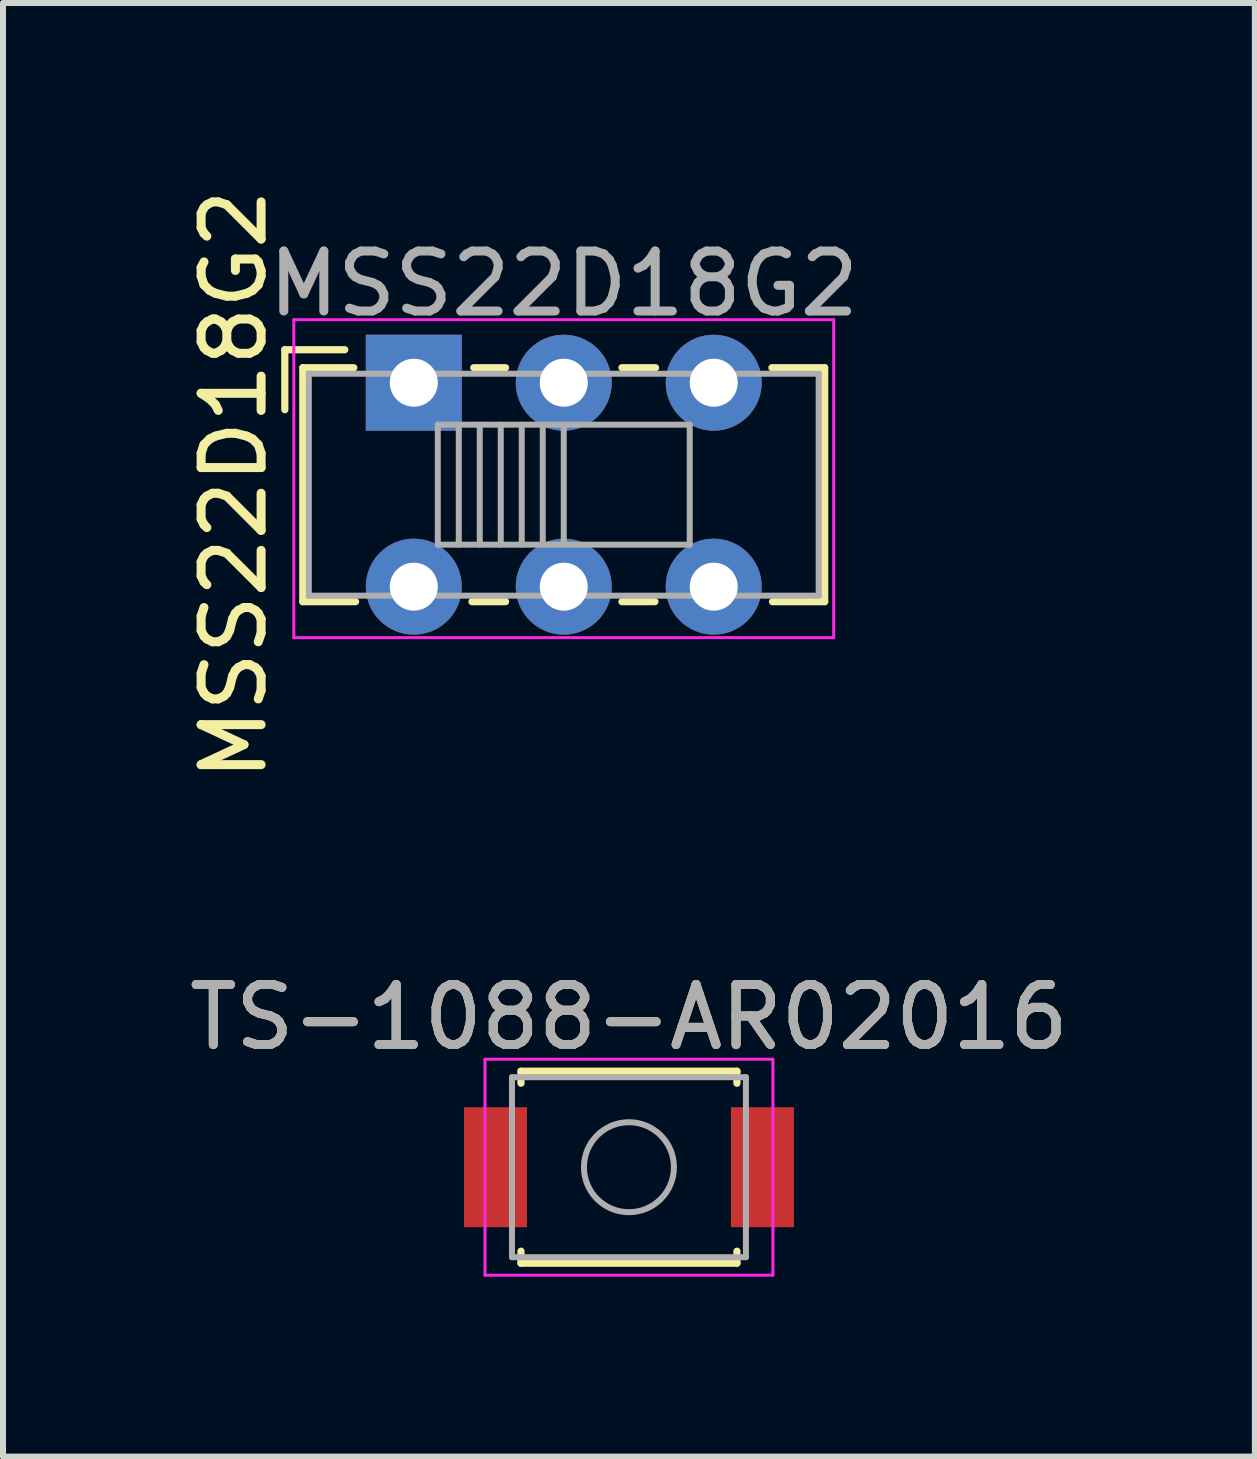
<source format=kicad_pcb>
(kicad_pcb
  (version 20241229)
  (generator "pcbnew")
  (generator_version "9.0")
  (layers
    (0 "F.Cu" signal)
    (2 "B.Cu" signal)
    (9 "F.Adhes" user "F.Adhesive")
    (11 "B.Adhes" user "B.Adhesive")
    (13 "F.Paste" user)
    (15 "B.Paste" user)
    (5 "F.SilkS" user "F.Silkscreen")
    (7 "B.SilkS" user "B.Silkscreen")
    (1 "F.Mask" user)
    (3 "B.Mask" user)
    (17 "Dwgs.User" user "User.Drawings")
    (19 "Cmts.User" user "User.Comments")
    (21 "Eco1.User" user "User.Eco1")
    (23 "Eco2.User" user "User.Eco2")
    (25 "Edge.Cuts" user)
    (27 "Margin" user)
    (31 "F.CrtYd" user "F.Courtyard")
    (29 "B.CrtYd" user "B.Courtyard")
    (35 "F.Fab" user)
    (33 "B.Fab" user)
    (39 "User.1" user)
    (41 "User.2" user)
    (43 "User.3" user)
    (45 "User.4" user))
  (footprint "MSS22D18G2"
    (layer "F.Cu")
    (at 6.348 5.03)
    (property "Reference" "MSS22D18G2" (at -5.5 0 90) (layer "F.SilkS") (effects (font (size 1 1) (thickness 0.15))))
    (attr through_hole)
    (fp_line (start -4.65 -2.25) (end -3.65 -2.25) (stroke (width 0.12) (type solid)) (layer "F.SilkS"))
    (fp_line (start -4.65 -1.25) (end -4.65 -2.25) (stroke (width 0.12) (type solid)) (layer "F.SilkS"))
    (fp_line (start -4.35 -1.95) (end -3.5 -1.95) (stroke (width 0.12) (type solid)) (layer "F.SilkS"))
    (fp_line (start -4.35 1.95) (end -4.35 -1.95) (stroke (width 0.12) (type solid)) (layer "F.SilkS"))
    (fp_line (start -3.47 1.95) (end -4.35 1.95) (stroke (width 0.12) (type solid)) (layer "F.SilkS"))
    (fp_line (start -1.5 -1.95) (end -0.97 -1.95) (stroke (width 0.12) (type solid)) (layer "F.SilkS"))
    (fp_line (start -0.97 1.95) (end -1.53 1.95) (stroke (width 0.12) (type solid)) (layer "F.SilkS"))
    (fp_line (start 0.97 -1.95) (end 1.53 -1.95) (stroke (width 0.12) (type solid)) (layer "F.SilkS"))
    (fp_line (start 1.52 1.95) (end 0.97 1.95) (stroke (width 0.12) (type solid)) (layer "F.SilkS"))
    (fp_line (start 3.47 -1.95) (end 4.35 -1.95) (stroke (width 0.12) (type solid)) (layer "F.SilkS"))
    (fp_line (start 4.35 -1.95) (end 4.35 1.95) (stroke (width 0.12) (type solid)) (layer "F.SilkS"))
    (fp_line (start 4.35 1.95) (end 3.48 1.95) (stroke (width 0.12) (type solid)) (layer "F.SilkS"))
    (fp_line (start -4.5 -2.75) (end 4.5 -2.75) (stroke (width 0.05) (type solid)) (layer "F.CrtYd"))
    (fp_line (start -4.5 2.55) (end -4.5 -2.75) (stroke (width 0.05) (type solid)) (layer "F.CrtYd"))
    (fp_line (start 4.5 -2.75) (end 4.5 2.55) (stroke (width 0.05) (type solid)) (layer "F.CrtYd"))
    (fp_line (start 4.5 2.55) (end -4.5 2.55) (stroke (width 0.05) (type solid)) (layer "F.CrtYd"))
    (fp_line (start -4.25 -1.85) (end -4.25 1.85) (stroke (width 0.1) (type solid)) (layer "F.Fab"))
    (fp_line (start -4.25 -1.85) (end 4.25 -1.85) (stroke (width 0.1) (type solid)) (layer "F.Fab"))
    (fp_line (start -2.1 -1) (end -2.1 1) (stroke (width 0.1) (type solid)) (layer "F.Fab"))
    (fp_line (start -2.1 -1) (end 2.1 -1) (stroke (width 0.1) (type solid)) (layer "F.Fab"))
    (fp_line (start -1.75 -1) (end -1.75 1) (stroke (width 0.1) (type solid)) (layer "F.Fab"))
    (fp_line (start -1.4 -1) (end -1.4 1) (stroke (width 0.1) (type solid)) (layer "F.Fab"))
    (fp_line (start -1.05 -1) (end -1.05 1) (stroke (width 0.1) (type solid)) (layer "F.Fab"))
    (fp_line (start -0.7 -1) (end -0.7 1) (stroke (width 0.1) (type solid)) (layer "F.Fab"))
    (fp_line (start -0.35 -1) (end -0.35 1) (stroke (width 0.1) (type solid)) (layer "F.Fab"))
    (fp_line (start 0 -1) (end 0 1) (stroke (width 0.1) (type solid)) (layer "F.Fab"))
    (fp_line (start 2.1 -1) (end 2.1 1) (stroke (width 0.1) (type solid)) (layer "F.Fab"))
    (fp_line (start 2.1 1) (end -2.1 1) (stroke (width 0.1) (type solid)) (layer "F.Fab"))
    (fp_line (start 4.25 -1.85) (end 4.25 1.85) (stroke (width 0.1) (type solid)) (layer "F.Fab"))
    (fp_line (start 4.25 1.85) (end -4.25 1.85) (stroke (width 0.1) (type solid)) (layer "F.Fab"))
    (fp_text user "${REFERENCE}" (at 0 -3.35 0) (layer "F.Fab") (effects (font (size 1 1) (thickness 0.15))))
    (pad "1" thru_hole rect (at -2.5 -1.7) (size 1.6 1.6) (drill 0.8) (layers "*.Cu" "*.Mask"))
    (pad "2" thru_hole circle (at 0 -1.7) (size 1.6 1.6) (drill 0.8) (layers "*.Cu" "*.Mask"))
    (pad "3" thru_hole circle (at 2.5 -1.7) (size 1.6 1.6) (drill 0.8) (layers "*.Cu" "*.Mask"))
    (pad "4" thru_hole circle (at -2.5 1.7) (size 1.6 1.6) (drill 0.8) (layers "*.Cu" "*.Mask"))
    (pad "5" thru_hole circle (at 0 1.7) (size 1.6 1.6) (drill 0.8) (layers "*.Cu" "*.Mask"))
    (pad "6" thru_hole circle (at 2.5 1.7) (size 1.6 1.6) (drill 0.8) (layers "*.Cu" "*.Mask")))
  (footprint "TS-1088-AR02016"
    (layer "F.Cu")
    (at 7.435 16.408)
    (property "Reference" "TS-1088-AR02016" (at 0 -2.5 0) (layer "F.SilkS") (effects (font (size 1 1) (thickness 0.15))))
    (attr smd)
    (fp_line (start -1.8 -1.6) (end 1.8 -1.6) (stroke (width 0.12) (type solid)) (layer "F.SilkS"))
    (fp_line (start -1.8 -1.4) (end -1.8 -1.6) (stroke (width 0.12) (type solid)) (layer "F.SilkS"))
    (fp_line (start -1.8 1.4) (end -1.8 1.6) (stroke (width 0.12) (type solid)) (layer "F.SilkS"))
    (fp_line (start -1.8 1.6) (end 1.8 1.6) (stroke (width 0.12) (type solid)) (layer "F.SilkS"))
    (fp_line (start 1.8 -1.6) (end 1.8 -1.4) (stroke (width 0.12) (type solid)) (layer "F.SilkS"))
    (fp_line (start 1.8 1.6) (end 1.8 1.4) (stroke (width 0.12) (type solid)) (layer "F.SilkS"))
    (fp_line (start -2.4 -1.8) (end -2.4 1.8) (stroke (width 0.05) (type solid)) (layer "F.CrtYd"))
    (fp_line (start -2.4 1.8) (end 2.4 1.8) (stroke (width 0.05) (type solid)) (layer "F.CrtYd"))
    (fp_line (start 2.4 -1.8) (end -2.4 -1.8) (stroke (width 0.05) (type solid)) (layer "F.CrtYd"))
    (fp_line (start 2.4 1.8) (end 2.4 -1.8) (stroke (width 0.05) (type solid)) (layer "F.CrtYd"))
    (fp_line (start -1.95 -1.5) (end 1.95 -1.5) (stroke (width 0.1) (type solid)) (layer "F.Fab"))
    (fp_line (start -1.95 1.5) (end -1.95 -1.5) (stroke (width 0.1) (type solid)) (layer "F.Fab"))
    (fp_line (start 1.95 -1.5) (end 1.95 1.5) (stroke (width 0.1) (type solid)) (layer "F.Fab"))
    (fp_line (start 1.95 1.5) (end -1.95 1.5) (stroke (width 0.1) (type solid)) (layer "F.Fab"))
    (fp_circle (center 0 0) (end 0.75 0) (stroke (width 0.1) (type solid)) (fill no) (layer "F.Fab"))
    (fp_text user "${REFERENCE}" (at 0 -2.5 0) (layer "F.Fab") (effects (font (size 1 1) (thickness 0.15))))
    (pad "1" smd rect (at -2.225 0) (size 1.05 2) (layers "F.Cu" "F.Mask" "F.Paste"))
    (pad "2" smd rect (at 2.225 0) (size 1.05 2) (layers "F.Cu" "F.Mask" "F.Paste")))
  (gr_rect
    (start -3 -3)
    (end 17.869 21.233)
    (stroke (width 0.1) (type default))
    (fill no)
    (layer "Edge.Cuts")))
</source>
